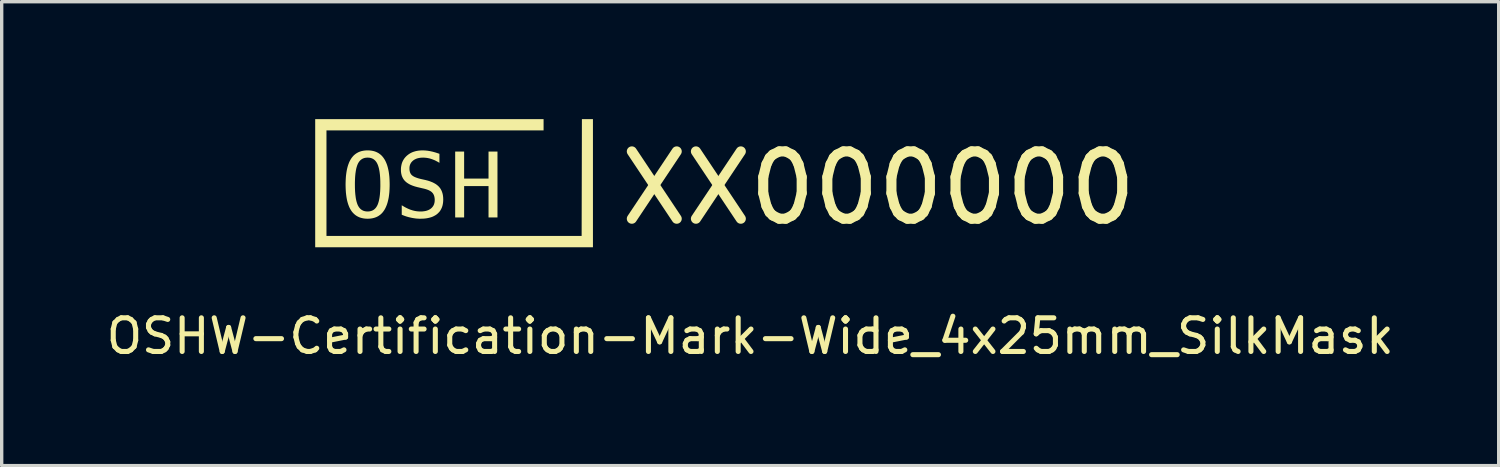
<source format=kicad_pcb>
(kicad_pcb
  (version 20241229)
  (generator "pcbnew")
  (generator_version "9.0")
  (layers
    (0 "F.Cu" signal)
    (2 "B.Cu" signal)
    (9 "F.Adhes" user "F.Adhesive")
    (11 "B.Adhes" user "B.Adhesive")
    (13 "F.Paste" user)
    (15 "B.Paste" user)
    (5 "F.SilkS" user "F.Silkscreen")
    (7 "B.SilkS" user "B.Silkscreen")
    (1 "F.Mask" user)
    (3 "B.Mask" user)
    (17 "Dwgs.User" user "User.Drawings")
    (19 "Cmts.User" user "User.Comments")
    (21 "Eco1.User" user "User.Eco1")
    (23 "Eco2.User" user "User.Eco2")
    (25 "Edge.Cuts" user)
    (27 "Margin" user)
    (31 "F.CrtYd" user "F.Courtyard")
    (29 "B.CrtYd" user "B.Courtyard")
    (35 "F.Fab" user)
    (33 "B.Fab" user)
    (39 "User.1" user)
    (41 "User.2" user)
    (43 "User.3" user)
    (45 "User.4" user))
  (footprint "OSHW-Certification-Mark-Wide_4x25mm_SilkMask"
    (layer "F.Cu")
    (at 19.244 2.94)
    (property "Reference" "OSHW-Certification-Mark-Wide_4x25mm_SilkMask" (at 0 4 0) (unlocked yes) (layer "F.SilkS") (effects (font (size 1 1) (thickness 0.15))))
    (attr board_only exclude_from_pos_files exclude_from_bom allow_missing_courtyard)
    (fp_poly (pts (xy -6.007 0.472) (xy -6.257 0.472) (xy -6.524 -0.691) (xy -6.788 0.472) (xy -7.039 0.472) (xy -7.331 -1.486) (xy -7.073 -1.486) (xy -6.885 0.103) (xy -6.663 -0.948) (xy -6.386 -0.948) (xy -6.16 0.106) (xy -5.525 -2.94) (xy -5.267 -2.94)) (stroke (width 0) (type solid)) (fill yes) (layer "F.Mask"))
    (fp_poly (pts (xy -10.714 -0.505) (xy -10.714 -0.505) (xy -10.714 -0.505)) (stroke (width 0) (type solid)) (fill yes) (layer "F.SilkS"))
    (fp_poly (pts (xy -4.673 1.358) (xy -12.927 1.358) (xy -12.927 -2.45) (xy -6.14 -2.45) (xy -6.14 -2.114) (xy -12.592 -2.114) (xy -12.592 1.022) (xy -5.009 1.022) (xy -5.001 -2.45) (xy -4.673 -2.45)) (stroke (width 0) (type solid)) (fill yes) (layer "F.SilkS"))
    (fp_poly (pts (xy -8.501 -0.683) (xy -7.776 -0.683) (xy -7.776 -1.486) (xy -7.51 -1.486) (xy -7.51 0.472) (xy -7.776 0.472) (xy -7.776 -0.46) (xy -8.501 -0.46) (xy -8.501 0.472) (xy -8.767 0.472) (xy -8.767 -1.486) (xy -8.501 -1.486)) (stroke (width 0) (type solid)) (fill yes) (layer "F.SilkS"))
    (fp_poly (pts (xy -11.329 -1.52) (xy -11.289 -1.517) (xy -11.251 -1.512) (xy -11.215 -1.505) (xy -11.179 -1.497) (xy -11.145 -1.486) (xy -11.112 -1.473) (xy -11.081 -1.458) (xy -11.05 -1.442) (xy -11.022 -1.423) (xy -10.994 -1.402) (xy -10.968 -1.38) (xy -10.943 -1.355) (xy -10.92 -1.328) (xy -10.898 -1.3) (xy -10.877 -1.269) (xy -10.857 -1.237) (xy -10.839 -1.202) (xy -10.822 -1.166) (xy -10.806 -1.127) (xy -10.791 -1.087) (xy -10.778 -1.044) (xy -10.766 -0.999) (xy -10.755 -0.952) (xy -10.745 -0.904) (xy -10.737 -0.853) (xy -10.73 -0.8) (xy -10.724 -0.745) (xy -10.72 -0.688) (xy -10.717 -0.629) (xy -10.715 -0.568) (xy -10.714 -0.505) (xy -10.715 -0.442) (xy -10.717 -0.381) (xy -10.72 -0.322) (xy -10.724 -0.266) (xy -10.73 -0.211) (xy -10.737 -0.158) (xy -10.745 -0.107) (xy -10.755 -0.059) (xy -10.766 -0.012) (xy -10.778 0.033) (xy -10.791 0.075) (xy -10.806 0.116) (xy -10.822 0.154) (xy -10.839 0.191) (xy -10.857 0.226) (xy -10.877 0.258) (xy -10.887 0.273) (xy -10.898 0.288) (xy -10.908 0.303) (xy -10.92 0.317) (xy -10.931 0.331) (xy -10.943 0.344) (xy -10.955 0.356) (xy -10.968 0.368) (xy -10.981 0.38) (xy -10.994 0.391) (xy -11.008 0.401) (xy -11.022 0.411) (xy -11.036 0.421) (xy -11.05 0.43) (xy -11.065 0.439) (xy -11.081 0.447) (xy -11.096 0.454) (xy -11.112 0.462) (xy -11.128 0.468) (xy -11.145 0.474) (xy -11.162 0.48) (xy -11.179 0.485) (xy -11.197 0.49) (xy -11.215 0.494) (xy -11.233 0.498) (xy -11.251 0.501) (xy -11.289 0.506) (xy -11.329 0.509) (xy -11.37 0.51) (xy -11.411 0.509) (xy -11.45 0.506) (xy -11.488 0.501) (xy -11.525 0.494) (xy -11.56 0.485) (xy -11.595 0.475) (xy -11.627 0.462) (xy -11.659 0.447) (xy -11.689 0.43) (xy -11.718 0.412) (xy -11.745 0.391) (xy -11.771 0.369) (xy -11.796 0.344) (xy -11.82 0.318) (xy -11.842 0.29) (xy -11.863 0.259) (xy -11.882 0.227) (xy -11.901 0.193) (xy -11.918 0.156) (xy -11.933 0.118) (xy -11.948 0.077) (xy -11.961 0.034) (xy -11.973 -0.01) (xy -11.984 -0.057) (xy -11.993 -0.106) (xy -12.001 -0.157) (xy -12.008 -0.21) (xy -12.014 -0.265) (xy -12.018 -0.322) (xy -12.021 -0.381) (xy -12.023 -0.442) (xy -12.024 -0.505) (xy -11.747 -0.505) (xy -11.746 -0.401) (xy -11.742 -0.305) (xy -11.735 -0.217) (xy -11.725 -0.136) (xy -11.72 -0.099) (xy -11.713 -0.063) (xy -11.706 -0.03) (xy -11.698 0.002) (xy -11.689 0.032) (xy -11.68 0.06) (xy -11.67 0.086) (xy -11.66 0.11) (xy -11.648 0.132) (xy -11.642 0.143) (xy -11.635 0.153) (xy -11.629 0.163) (xy -11.622 0.173) (xy -11.615 0.182) (xy -11.608 0.191) (xy -11.601 0.199) (xy -11.593 0.207) (xy -11.585 0.215) (xy -11.577 0.222) (xy -11.569 0.23) (xy -11.56 0.236) (xy -11.551 0.243) (xy -11.542 0.248) (xy -11.533 0.254) (xy -11.524 0.259) (xy -11.514 0.264) (xy -11.505 0.269) (xy -11.494 0.273) (xy -11.484 0.277) (xy -11.474 0.28) (xy -11.463 0.283) (xy -11.452 0.286) (xy -11.441 0.288) (xy -11.43 0.29) (xy -11.418 0.292) (xy -11.406 0.293) (xy -11.394 0.294) (xy -11.37 0.295) (xy -11.345 0.294) (xy -11.321 0.292) (xy -11.298 0.288) (xy -11.276 0.283) (xy -11.255 0.277) (xy -11.234 0.269) (xy -11.215 0.26) (xy -11.196 0.249) (xy -11.179 0.237) (xy -11.162 0.223) (xy -11.146 0.208) (xy -11.131 0.191) (xy -11.117 0.174) (xy -11.104 0.154) (xy -11.091 0.133) (xy -11.08 0.111) (xy -11.069 0.087) (xy -11.059 0.061) (xy -11.05 0.033) (xy -11.041 0.003) (xy -11.033 -0.028) (xy -11.026 -0.062) (xy -11.019 -0.098) (xy -11.013 -0.135) (xy -11.008 -0.175) (xy -11.003 -0.216) (xy -11 -0.26) (xy -10.996 -0.305) (xy -10.994 -0.352) (xy -10.992 -0.401) (xy -10.991 -0.452) (xy -10.991 -0.505) (xy -10.992 -0.609) (xy -10.996 -0.705) (xy -11.003 -0.794) (xy -11.013 -0.875) (xy -11.019 -0.912) (xy -11.026 -0.948) (xy -11.033 -0.982) (xy -11.041 -1.013) (xy -11.05 -1.043) (xy -11.059 -1.071) (xy -11.069 -1.097) (xy -11.08 -1.121) (xy -11.091 -1.144) (xy -11.097 -1.154) (xy -11.104 -1.165) (xy -11.11 -1.175) (xy -11.117 -1.184) (xy -11.124 -1.193) (xy -11.131 -1.202) (xy -11.138 -1.211) (xy -11.146 -1.219) (xy -11.154 -1.227) (xy -11.162 -1.234) (xy -11.17 -1.241) (xy -11.179 -1.248) (xy -11.187 -1.254) (xy -11.196 -1.26) (xy -11.206 -1.266) (xy -11.215 -1.271) (xy -11.225 -1.276) (xy -11.234 -1.28) (xy -11.244 -1.284) (xy -11.255 -1.288) (xy -11.265 -1.292) (xy -11.276 -1.295) (xy -11.287 -1.297) (xy -11.298 -1.3) (xy -11.309 -1.302) (xy -11.321 -1.303) (xy -11.333 -1.305) (xy -11.345 -1.305) (xy -11.37 -1.306) (xy -11.394 -1.305) (xy -11.418 -1.303) (xy -11.441 -1.3) (xy -11.463 -1.295) (xy -11.484 -1.288) (xy -11.505 -1.28) (xy -11.524 -1.271) (xy -11.542 -1.26) (xy -11.56 -1.248) (xy -11.577 -1.234) (xy -11.593 -1.219) (xy -11.608 -1.202) (xy -11.622 -1.184) (xy -11.635 -1.165) (xy -11.648 -1.144) (xy -11.66 -1.121) (xy -11.67 -1.097) (xy -11.68 -1.071) (xy -11.689 -1.043) (xy -11.698 -1.013) (xy -11.706 -0.982) (xy -11.713 -0.948) (xy -11.72 -0.912) (xy -11.725 -0.875) (xy -11.731 -0.835) (xy -11.735 -0.794) (xy -11.739 -0.751) (xy -11.742 -0.705) (xy -11.744 -0.658) (xy -11.746 -0.609) (xy -11.747 -0.558) (xy -11.747 -0.505) (xy -12.024 -0.505) (xy -12.024 -0.505) (xy -12.023 -0.568) (xy -12.021 -0.629) (xy -12.018 -0.688) (xy -12.014 -0.745) (xy -12.008 -0.8) (xy -12.001 -0.853) (xy -11.993 -0.904) (xy -11.984 -0.952) (xy -11.973 -0.999) (xy -11.961 -1.044) (xy -11.948 -1.087) (xy -11.933 -1.127) (xy -11.918 -1.166) (xy -11.901 -1.202) (xy -11.882 -1.237) (xy -11.863 -1.269) (xy -11.852 -1.285) (xy -11.842 -1.3) (xy -11.831 -1.314) (xy -11.819 -1.328) (xy -11.808 -1.342) (xy -11.796 -1.355) (xy -11.784 -1.368) (xy -11.771 -1.38) (xy -11.758 -1.391) (xy -11.745 -1.402) (xy -11.731 -1.413) (xy -11.717 -1.423) (xy -11.703 -1.432) (xy -11.688 -1.442) (xy -11.673 -1.45) (xy -11.658 -1.458) (xy -11.643 -1.466) (xy -11.627 -1.473) (xy -11.61 -1.48) (xy -11.594 -1.486) (xy -11.577 -1.491) (xy -11.56 -1.497) (xy -11.542 -1.501) (xy -11.524 -1.505) (xy -11.488 -1.512) (xy -11.45 -1.517) (xy -11.41 -1.52) (xy -11.37 -1.521)) (stroke (width 0) (type solid)) (fill yes) (layer "F.SilkS"))
    (fp_poly (pts (xy -9.706 -1.52) (xy -9.677 -1.519) (xy -9.648 -1.517) (xy -9.619 -1.514) (xy -9.589 -1.511) (xy -9.559 -1.506) (xy -9.528 -1.501) (xy -9.497 -1.495) (xy -9.466 -1.488) (xy -9.434 -1.481) (xy -9.402 -1.472) (xy -9.369 -1.463) (xy -9.336 -1.453) (xy -9.303 -1.442) (xy -9.269 -1.431) (xy -9.235 -1.419) (xy -9.235 -1.15) (xy -9.265 -1.169) (xy -9.295 -1.186) (xy -9.326 -1.202) (xy -9.356 -1.218) (xy -9.386 -1.232) (xy -9.417 -1.244) (xy -9.447 -1.256) (xy -9.477 -1.266) (xy -9.508 -1.276) (xy -9.538 -1.284) (xy -9.568 -1.29) (xy -9.599 -1.296) (xy -9.629 -1.3) (xy -9.66 -1.303) (xy -9.691 -1.305) (xy -9.721 -1.306) (xy -9.744 -1.305) (xy -9.767 -1.304) (xy -9.789 -1.303) (xy -9.81 -1.3) (xy -9.831 -1.297) (xy -9.851 -1.293) (xy -9.87 -1.289) (xy -9.889 -1.284) (xy -9.907 -1.278) (xy -9.925 -1.272) (xy -9.942 -1.264) (xy -9.958 -1.256) (xy -9.974 -1.248) (xy -9.989 -1.239) (xy -10.004 -1.229) (xy -10.018 -1.218) (xy -10.031 -1.207) (xy -10.043 -1.195) (xy -10.055 -1.183) (xy -10.065 -1.171) (xy -10.075 -1.158) (xy -10.084 -1.144) (xy -10.092 -1.13) (xy -10.099 -1.116) (xy -10.106 -1.101) (xy -10.111 -1.086) (xy -10.116 -1.07) (xy -10.12 -1.054) (xy -10.123 -1.037) (xy -10.125 -1.019) (xy -10.126 -1.002) (xy -10.126 -0.983) (xy -10.126 -0.967) (xy -10.125 -0.952) (xy -10.124 -0.937) (xy -10.122 -0.922) (xy -10.119 -0.908) (xy -10.116 -0.895) (xy -10.113 -0.882) (xy -10.109 -0.869) (xy -10.104 -0.857) (xy -10.099 -0.845) (xy -10.093 -0.834) (xy -10.087 -0.823) (xy -10.08 -0.813) (xy -10.072 -0.803) (xy -10.064 -0.794) (xy -10.056 -0.785) (xy -10.046 -0.777) (xy -10.036 -0.769) (xy -10.024 -0.761) (xy -10.012 -0.753) (xy -9.999 -0.745) (xy -9.984 -0.737) (xy -9.969 -0.73) (xy -9.953 -0.723) (xy -9.935 -0.716) (xy -9.917 -0.709) (xy -9.898 -0.702) (xy -9.878 -0.696) (xy -9.857 -0.689) (xy -9.835 -0.683) (xy -9.812 -0.677) (xy -9.788 -0.671) (xy -9.649 -0.64) (xy -9.615 -0.631) (xy -9.583 -0.623) (xy -9.551 -0.613) (xy -9.521 -0.603) (xy -9.492 -0.592) (xy -9.464 -0.581) (xy -9.437 -0.57) (xy -9.411 -0.557) (xy -9.387 -0.544) (xy -9.363 -0.531) (xy -9.341 -0.517) (xy -9.32 -0.502) (xy -9.3 -0.487) (xy -9.282 -0.471) (xy -9.264 -0.455) (xy -9.248 -0.438) (xy -9.233 -0.42) (xy -9.218 -0.402) (xy -9.205 -0.383) (xy -9.193 -0.363) (xy -9.182 -0.342) (xy -9.171 -0.321) (xy -9.162 -0.298) (xy -9.154 -0.275) (xy -9.146 -0.251) (xy -9.14 -0.227) (xy -9.134 -0.201) (xy -9.13 -0.175) (xy -9.127 -0.148) (xy -9.124 -0.121) (xy -9.123 -0.092) (xy -9.122 -0.063) (xy -9.123 -0.028) (xy -9.125 0.005) (xy -9.128 0.037) (xy -9.133 0.068) (xy -9.139 0.099) (xy -9.146 0.128) (xy -9.155 0.156) (xy -9.165 0.183) (xy -9.177 0.209) (xy -9.19 0.234) (xy -9.204 0.259) (xy -9.219 0.282) (xy -9.236 0.304) (xy -9.255 0.324) (xy -9.274 0.344) (xy -9.295 0.363) (xy -9.317 0.381) (xy -9.341 0.398) (xy -9.366 0.413) (xy -9.392 0.427) (xy -9.419 0.441) (xy -9.447 0.453) (xy -9.477 0.464) (xy -9.508 0.473) (xy -9.54 0.482) (xy -9.573 0.489) (xy -9.608 0.496) (xy -9.643 0.501) (xy -9.68 0.505) (xy -9.719 0.508) (xy -9.758 0.509) (xy -9.799 0.51) (xy -9.833 0.51) (xy -9.868 0.508) (xy -9.902 0.506) (xy -9.937 0.503) (xy -9.971 0.498) (xy -10.006 0.493) (xy -10.041 0.487) (xy -10.075 0.48) (xy -10.11 0.472) (xy -10.145 0.464) (xy -10.18 0.454) (xy -10.215 0.444) (xy -10.25 0.432) (xy -10.284 0.42) (xy -10.319 0.406) (xy -10.355 0.392) (xy -10.355 0.11) (xy -10.317 0.133) (xy -10.28 0.155) (xy -10.244 0.175) (xy -10.208 0.193) (xy -10.173 0.21) (xy -10.138 0.225) (xy -10.104 0.239) (xy -10.07 0.25) (xy -10.036 0.261) (xy -10.002 0.27) (xy -9.969 0.278) (xy -9.935 0.284) (xy -9.901 0.289) (xy -9.867 0.292) (xy -9.833 0.294) (xy -9.799 0.295) (xy -9.774 0.295) (xy -9.75 0.294) (xy -9.727 0.292) (xy -9.704 0.289) (xy -9.682 0.286) (xy -9.661 0.283) (xy -9.64 0.278) (xy -9.62 0.273) (xy -9.601 0.267) (xy -9.583 0.26) (xy -9.565 0.253) (xy -9.548 0.245) (xy -9.532 0.236) (xy -9.516 0.227) (xy -9.501 0.217) (xy -9.487 0.206) (xy -9.473 0.194) (xy -9.46 0.182) (xy -9.449 0.169) (xy -9.438 0.156) (xy -9.428 0.142) (xy -9.419 0.128) (xy -9.41 0.113) (xy -9.403 0.098) (xy -9.396 0.082) (xy -9.391 0.065) (xy -9.386 0.048) (xy -9.382 0.03) (xy -9.379 0.012) (xy -9.377 -0.007) (xy -9.376 -0.026) (xy -9.375 -0.046) (xy -9.375 -0.064) (xy -9.376 -0.081) (xy -9.378 -0.098) (xy -9.38 -0.115) (xy -9.383 -0.131) (xy -9.386 -0.146) (xy -9.39 -0.161) (xy -9.394 -0.175) (xy -9.4 -0.189) (xy -9.405 -0.202) (xy -9.412 -0.215) (xy -9.419 -0.227) (xy -9.426 -0.239) (xy -9.434 -0.25) (xy -9.443 -0.26) (xy -9.453 -0.27) (xy -9.462 -0.28) (xy -9.473 -0.289) (xy -9.485 -0.298) (xy -9.498 -0.307) (xy -9.511 -0.315) (xy -9.526 -0.323) (xy -9.541 -0.331) (xy -9.557 -0.339) (xy -9.574 -0.346) (xy -9.592 -0.353) (xy -9.611 -0.36) (xy -9.631 -0.366) (xy -9.651 -0.372) (xy -9.673 -0.378) (xy -9.695 -0.384) (xy -9.719 -0.389) (xy -9.86 -0.422) (xy -9.894 -0.43) (xy -9.926 -0.439) (xy -9.957 -0.447) (xy -9.987 -0.457) (xy -10.016 -0.467) (xy -10.044 -0.477) (xy -10.07 -0.488) (xy -10.096 -0.499) (xy -10.12 -0.511) (xy -10.143 -0.524) (xy -10.165 -0.537) (xy -10.185 -0.55) (xy -10.205 -0.564) (xy -10.223 -0.578) (xy -10.24 -0.593) (xy -10.256 -0.608) (xy -10.271 -0.624) (xy -10.285 -0.641) (xy -10.298 -0.658) (xy -10.31 -0.676) (xy -10.321 -0.694) (xy -10.331 -0.714) (xy -10.34 -0.734) (xy -10.349 -0.754) (xy -10.356 -0.775) (xy -10.362 -0.797) (xy -10.367 -0.82) (xy -10.372 -0.843) (xy -10.375 -0.867) (xy -10.378 -0.892) (xy -10.379 -0.917) (xy -10.379 -0.943) (xy -10.379 -0.975) (xy -10.377 -1.007) (xy -10.373 -1.037) (xy -10.368 -1.067) (xy -10.362 -1.096) (xy -10.355 -1.125) (xy -10.346 -1.152) (xy -10.336 -1.179) (xy -10.324 -1.204) (xy -10.311 -1.229) (xy -10.296 -1.254) (xy -10.281 -1.277) (xy -10.263 -1.3) (xy -10.245 -1.321) (xy -10.225 -1.342) (xy -10.204 -1.362) (xy -10.181 -1.381) (xy -10.158 -1.399) (xy -10.133 -1.416) (xy -10.108 -1.432) (xy -10.082 -1.446) (xy -10.055 -1.459) (xy -10.027 -1.471) (xy -9.998 -1.481) (xy -9.968 -1.49) (xy -9.937 -1.499) (xy -9.906 -1.505) (xy -9.873 -1.511) (xy -9.84 -1.515) (xy -9.806 -1.518) (xy -9.77 -1.52) (xy -9.734 -1.521)) (stroke (width 0) (type solid)) (fill yes) (layer "F.SilkS"))
    (fp_text user "XX000000" (at -4 -0.4 0) (unlocked yes) (layer "F.SilkS") (effects (font (size 2 2) (thickness 0.3)) (justify left))))
  (gr_rect
    (start -3 -3)
    (end 41.488 10.788)
    (stroke (width 0.1) (type default))
    (fill no)
    (layer "Edge.Cuts")))
</source>
